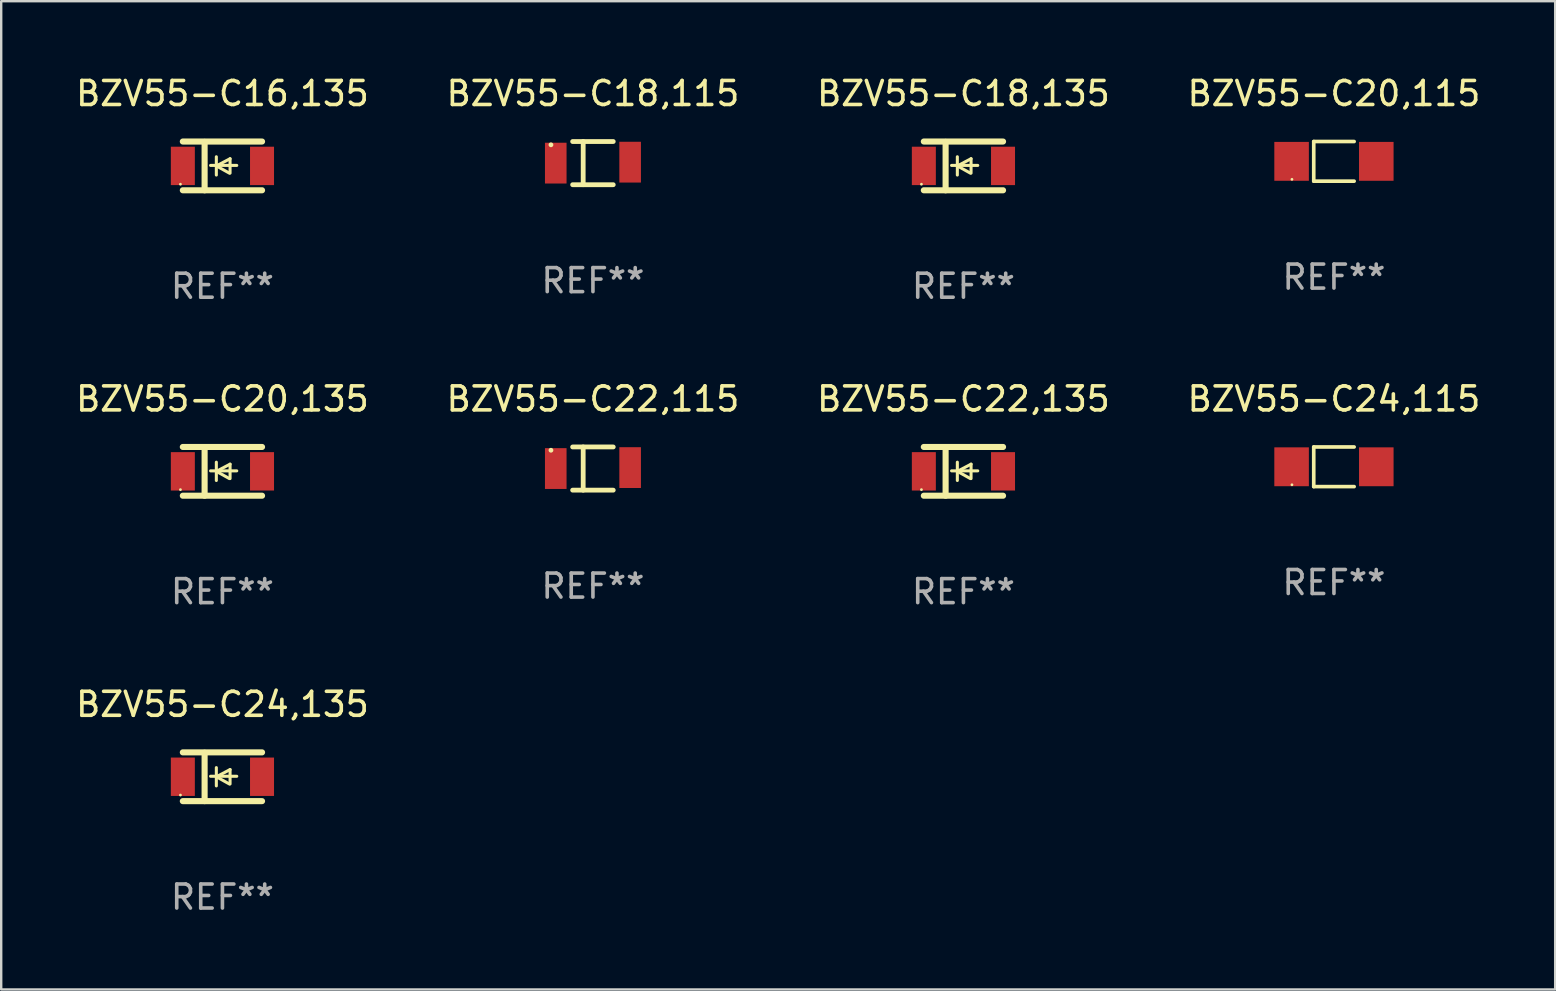
<source format=kicad_pcb>
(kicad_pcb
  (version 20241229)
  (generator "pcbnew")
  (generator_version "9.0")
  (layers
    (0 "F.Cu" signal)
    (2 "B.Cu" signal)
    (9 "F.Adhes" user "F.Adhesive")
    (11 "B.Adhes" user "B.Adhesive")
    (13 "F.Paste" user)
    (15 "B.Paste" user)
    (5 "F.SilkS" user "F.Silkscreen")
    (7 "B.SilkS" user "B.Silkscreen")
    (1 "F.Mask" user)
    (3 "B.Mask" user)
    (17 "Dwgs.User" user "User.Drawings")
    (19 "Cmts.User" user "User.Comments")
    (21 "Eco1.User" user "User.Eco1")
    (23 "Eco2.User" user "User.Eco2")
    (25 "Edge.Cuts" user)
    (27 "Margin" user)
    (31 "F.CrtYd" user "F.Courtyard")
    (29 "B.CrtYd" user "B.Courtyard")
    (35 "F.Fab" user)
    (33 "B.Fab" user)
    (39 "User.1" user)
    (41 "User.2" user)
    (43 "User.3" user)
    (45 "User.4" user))
  (footprint "BZV55-C18,135"
    (layer "F.Cu")
    (at 37.101 3.864)
    (property "Reference" "BZV55-C18,135" (at 0 -3.016 0) (layer "F.SilkS") (effects (font (size 1 1) (thickness 0.15))))
    (attr through_hole)
    (fp_line (start -1.651 -1.016) (end 1.651 -1.016) (stroke (width 0.254) (type solid)) (layer "F.SilkS"))
    (fp_line (start -1.651 1.016) (end 1.651 1.016) (stroke (width 0.254) (type solid)) (layer "F.SilkS"))
    (fp_line (start -0.743 -1) (end -0.743 1.016) (stroke (width 0.254) (type solid)) (layer "F.SilkS"))
    (fp_line (start -0.495 -0.02) (end 0.597 -0.02) (stroke (width 0.127) (type solid)) (layer "F.SilkS"))
    (fp_line (start -0.254 0) (end -0.254 -0.381) (stroke (width 0.127) (type solid)) (layer "F.SilkS"))
    (fp_line (start -0.254 0) (end -0.254 0.381) (stroke (width 0.127) (type solid)) (layer "F.SilkS"))
    (fp_line (start 0.288 0.301) (end -0.254 0) (stroke (width 0.127) (type solid)) (layer "F.SilkS"))
    (fp_line (start 0.318 -0.299) (end -0.254 0) (stroke (width 0.127) (type solid)) (layer "F.SilkS"))
    (fp_line (start 0.318 -0.299) (end 0.318 0.301) (stroke (width 0.127) (type solid)) (layer "F.SilkS"))
    (fp_circle (center -1.75 0.763) (end -1.72 0.763) (stroke (width 0.06) (type solid)) (fill no) (layer "F.SilkS"))
    (fp_text user "REF**" (at 0 5.016 0) (layer "F.Fab") (effects (font (size 1 1) (thickness 0.15))))
    (pad "1" smd rect (at -1.65 0 90) (size 1.6 1) (layers "F.Cu" "F.Mask" "F.Paste"))
    (pad "2" smd rect (at 1.65 0 90) (size 1.6 1) (layers "F.Cu" "F.Mask" "F.Paste")))
  (footprint "BZV55-C22,135"
    (layer "F.Cu")
    (at 37.101 16.593)
    (property "Reference" "BZV55-C22,135" (at 0 -3.016 0) (layer "F.SilkS") (effects (font (size 1 1) (thickness 0.15))))
    (attr through_hole)
    (fp_line (start -1.651 -1.016) (end 1.651 -1.016) (stroke (width 0.254) (type solid)) (layer "F.SilkS"))
    (fp_line (start -1.651 1.016) (end 1.651 1.016) (stroke (width 0.254) (type solid)) (layer "F.SilkS"))
    (fp_line (start -0.743 -1) (end -0.743 1.016) (stroke (width 0.254) (type solid)) (layer "F.SilkS"))
    (fp_line (start -0.495 -0.02) (end 0.597 -0.02) (stroke (width 0.127) (type solid)) (layer "F.SilkS"))
    (fp_line (start -0.254 0) (end -0.254 -0.381) (stroke (width 0.127) (type solid)) (layer "F.SilkS"))
    (fp_line (start -0.254 0) (end -0.254 0.381) (stroke (width 0.127) (type solid)) (layer "F.SilkS"))
    (fp_line (start 0.288 0.301) (end -0.254 0) (stroke (width 0.127) (type solid)) (layer "F.SilkS"))
    (fp_line (start 0.318 -0.299) (end -0.254 0) (stroke (width 0.127) (type solid)) (layer "F.SilkS"))
    (fp_line (start 0.318 -0.299) (end 0.318 0.301) (stroke (width 0.127) (type solid)) (layer "F.SilkS"))
    (fp_circle (center -1.75 0.763) (end -1.72 0.763) (stroke (width 0.06) (type solid)) (fill no) (layer "F.SilkS"))
    (fp_text user "REF**" (at 0 5.016 0) (layer "F.Fab") (effects (font (size 1 1) (thickness 0.15))))
    (pad "1" smd rect (at -1.65 0 90) (size 1.6 1) (layers "F.Cu" "F.Mask" "F.Paste"))
    (pad "2" smd rect (at 1.65 0 90) (size 1.6 1) (layers "F.Cu" "F.Mask" "F.Paste")))
  (footprint "BZV55-C16,135"
    (layer "F.Cu")
    (at 6.22 3.864)
    (property "Reference" "BZV55-C16,135" (at 0 -3.016 0) (layer "F.SilkS") (effects (font (size 1 1) (thickness 0.15))))
    (attr through_hole)
    (fp_line (start -1.651 -1.016) (end 1.651 -1.016) (stroke (width 0.254) (type solid)) (layer "F.SilkS"))
    (fp_line (start -1.651 1.016) (end 1.651 1.016) (stroke (width 0.254) (type solid)) (layer "F.SilkS"))
    (fp_line (start -0.743 -1) (end -0.743 1.016) (stroke (width 0.254) (type solid)) (layer "F.SilkS"))
    (fp_line (start -0.495 -0.02) (end 0.597 -0.02) (stroke (width 0.127) (type solid)) (layer "F.SilkS"))
    (fp_line (start -0.254 0) (end -0.254 -0.381) (stroke (width 0.127) (type solid)) (layer "F.SilkS"))
    (fp_line (start -0.254 0) (end -0.254 0.381) (stroke (width 0.127) (type solid)) (layer "F.SilkS"))
    (fp_line (start 0.288 0.301) (end -0.254 0) (stroke (width 0.127) (type solid)) (layer "F.SilkS"))
    (fp_line (start 0.318 -0.299) (end -0.254 0) (stroke (width 0.127) (type solid)) (layer "F.SilkS"))
    (fp_line (start 0.318 -0.299) (end 0.318 0.301) (stroke (width 0.127) (type solid)) (layer "F.SilkS"))
    (fp_circle (center -1.75 0.763) (end -1.72 0.763) (stroke (width 0.06) (type solid)) (fill no) (layer "F.SilkS"))
    (fp_text user "REF**" (at 0 5.016 0) (layer "F.Fab") (effects (font (size 1 1) (thickness 0.15))))
    (pad "1" smd rect (at -1.65 0 90) (size 1.6 1) (layers "F.Cu" "F.Mask" "F.Paste"))
    (pad "2" smd rect (at 1.65 0 90) (size 1.6 1) (layers "F.Cu" "F.Mask" "F.Paste")))
  (footprint "BZV55-C20,135"
    (layer "F.Cu")
    (at 6.22 16.593)
    (property "Reference" "BZV55-C20,135" (at 0 -3.016 0) (layer "F.SilkS") (effects (font (size 1 1) (thickness 0.15))))
    (attr through_hole)
    (fp_line (start -1.651 -1.016) (end 1.651 -1.016) (stroke (width 0.254) (type solid)) (layer "F.SilkS"))
    (fp_line (start -1.651 1.016) (end 1.651 1.016) (stroke (width 0.254) (type solid)) (layer "F.SilkS"))
    (fp_line (start -0.743 -1) (end -0.743 1.016) (stroke (width 0.254) (type solid)) (layer "F.SilkS"))
    (fp_line (start -0.495 -0.02) (end 0.597 -0.02) (stroke (width 0.127) (type solid)) (layer "F.SilkS"))
    (fp_line (start -0.254 0) (end -0.254 -0.381) (stroke (width 0.127) (type solid)) (layer "F.SilkS"))
    (fp_line (start -0.254 0) (end -0.254 0.381) (stroke (width 0.127) (type solid)) (layer "F.SilkS"))
    (fp_line (start 0.288 0.301) (end -0.254 0) (stroke (width 0.127) (type solid)) (layer "F.SilkS"))
    (fp_line (start 0.318 -0.299) (end -0.254 0) (stroke (width 0.127) (type solid)) (layer "F.SilkS"))
    (fp_line (start 0.318 -0.299) (end 0.318 0.301) (stroke (width 0.127) (type solid)) (layer "F.SilkS"))
    (fp_circle (center -1.75 0.763) (end -1.72 0.763) (stroke (width 0.06) (type solid)) (fill no) (layer "F.SilkS"))
    (fp_text user "REF**" (at 0 5.016 0) (layer "F.Fab") (effects (font (size 1 1) (thickness 0.15))))
    (pad "1" smd rect (at -1.65 0 90) (size 1.6 1) (layers "F.Cu" "F.Mask" "F.Paste"))
    (pad "2" smd rect (at 1.65 0 90) (size 1.6 1) (layers "F.Cu" "F.Mask" "F.Paste")))
  (footprint "BZV55-C24,115"
    (layer "F.Cu")
    (at 52.542 16.403)
    (property "Reference" "BZV55-C24,115" (at 0 -2.826 0) (layer "F.SilkS") (effects (font (size 1 1) (thickness 0.15))))
    (attr through_hole)
    (fp_line (start -0.842 -0.826) (end -0.842 0.826) (stroke (width 0.152) (type solid)) (layer "F.SilkS"))
    (fp_line (start -0.842 -0.826) (end 0.842 -0.826) (stroke (width 0.152) (type solid)) (layer "F.SilkS"))
    (fp_line (start -0.842 0.826) (end 0.842 0.826) (stroke (width 0.152) (type solid)) (layer "F.SilkS"))
    (fp_circle (center -1.75 0.75) (end -1.72 0.75) (stroke (width 0.06) (type solid)) (fill no) (layer "F.SilkS"))
    (fp_text user "REF**" (at 0 4.826 0) (layer "F.Fab") (effects (font (size 1 1) (thickness 0.15))))
    (pad "1" smd rect (at -1.765 0) (size 1.44 1.62) (layers "F.Cu" "F.Mask" "F.Paste"))
    (pad "2" smd rect (at 1.765 0) (size 1.44 1.62) (layers "F.Cu" "F.Mask" "F.Paste")))
  (footprint "BZV55-C18,115"
    (layer "F.Cu")
    (at 21.661 3.748)
    (property "Reference" "BZV55-C18,115" (at 0 -2.9 0) (layer "F.SilkS") (effects (font (size 1 1) (thickness 0.15))))
    (attr through_hole)
    (fp_line (start -0.846 -0.9) (end 0.846 -0.9) (stroke (width 0.2) (type solid)) (layer "F.SilkS"))
    (fp_line (start -0.846 0.9) (end 0.846 0.9) (stroke (width 0.2) (type solid)) (layer "F.SilkS"))
    (fp_line (start -0.407 -0.9) (end -0.407 0.9) (stroke (width 0.2) (type solid)) (layer "F.SilkS"))
    (fp_circle (center -1.75 -0.763) (end -1.7 -0.763) (stroke (width 0.1) (type solid)) (fill no) (layer "F.SilkS"))
    (fp_text user "REF**" (at 0 4.9 0) (layer "F.Fab") (effects (font (size 1 1) (thickness 0.15))))
    (pad "1" smd rect (at -1.55 0.000127 180) (size 0.9 1.7) (layers "F.Cu" "F.Mask" "F.Paste"))
    (pad "2" smd rect (at 1.55 -0.04 180) (size 0.9 1.7) (layers "F.Cu" "F.Mask" "F.Paste")))
  (footprint "BZV55-C22,115"
    (layer "F.Cu")
    (at 21.661 16.477)
    (property "Reference" "BZV55-C22,115" (at 0 -2.9 0) (layer "F.SilkS") (effects (font (size 1 1) (thickness 0.15))))
    (attr through_hole)
    (fp_line (start -0.846 -0.9) (end 0.846 -0.9) (stroke (width 0.2) (type solid)) (layer "F.SilkS"))
    (fp_line (start -0.846 0.9) (end 0.846 0.9) (stroke (width 0.2) (type solid)) (layer "F.SilkS"))
    (fp_line (start -0.407 -0.9) (end -0.407 0.9) (stroke (width 0.2) (type solid)) (layer "F.SilkS"))
    (fp_circle (center -1.75 -0.763) (end -1.7 -0.763) (stroke (width 0.1) (type solid)) (fill no) (layer "F.SilkS"))
    (fp_text user "REF**" (at 0 4.9 0) (layer "F.Fab") (effects (font (size 1 1) (thickness 0.15))))
    (pad "1" smd rect (at -1.55 0.000127 180) (size 0.9 1.7) (layers "F.Cu" "F.Mask" "F.Paste"))
    (pad "2" smd rect (at 1.55 -0.04 180) (size 0.9 1.7) (layers "F.Cu" "F.Mask" "F.Paste")))
  (footprint "BZV55-C20,115"
    (layer "F.Cu")
    (at 52.542 3.674)
    (property "Reference" "BZV55-C20,115" (at 0 -2.826 0) (layer "F.SilkS") (effects (font (size 1 1) (thickness 0.15))))
    (attr through_hole)
    (fp_line (start -0.842 -0.826) (end -0.842 0.826) (stroke (width 0.152) (type solid)) (layer "F.SilkS"))
    (fp_line (start -0.842 -0.826) (end 0.842 -0.826) (stroke (width 0.152) (type solid)) (layer "F.SilkS"))
    (fp_line (start -0.842 0.826) (end 0.842 0.826) (stroke (width 0.152) (type solid)) (layer "F.SilkS"))
    (fp_circle (center -1.75 0.75) (end -1.72 0.75) (stroke (width 0.06) (type solid)) (fill no) (layer "F.SilkS"))
    (fp_text user "REF**" (at 0 4.826 0) (layer "F.Fab") (effects (font (size 1 1) (thickness 0.15))))
    (pad "1" smd rect (at -1.765 0) (size 1.44 1.62) (layers "F.Cu" "F.Mask" "F.Paste"))
    (pad "2" smd rect (at 1.765 0) (size 1.44 1.62) (layers "F.Cu" "F.Mask" "F.Paste")))
  (footprint "BZV55-C24,135"
    (layer "F.Cu")
    (at 6.22 29.321)
    (property "Reference" "BZV55-C24,135" (at 0 -3.016 0) (layer "F.SilkS") (effects (font (size 1 1) (thickness 0.15))))
    (attr through_hole)
    (fp_line (start -1.651 -1.016) (end 1.651 -1.016) (stroke (width 0.254) (type solid)) (layer "F.SilkS"))
    (fp_line (start -1.651 1.016) (end 1.651 1.016) (stroke (width 0.254) (type solid)) (layer "F.SilkS"))
    (fp_line (start -0.743 -1) (end -0.743 1.016) (stroke (width 0.254) (type solid)) (layer "F.SilkS"))
    (fp_line (start -0.495 -0.02) (end 0.597 -0.02) (stroke (width 0.127) (type solid)) (layer "F.SilkS"))
    (fp_line (start -0.254 0) (end -0.254 -0.381) (stroke (width 0.127) (type solid)) (layer "F.SilkS"))
    (fp_line (start -0.254 0) (end -0.254 0.381) (stroke (width 0.127) (type solid)) (layer "F.SilkS"))
    (fp_line (start 0.288 0.301) (end -0.254 0) (stroke (width 0.127) (type solid)) (layer "F.SilkS"))
    (fp_line (start 0.318 -0.299) (end -0.254 0) (stroke (width 0.127) (type solid)) (layer "F.SilkS"))
    (fp_line (start 0.318 -0.299) (end 0.318 0.301) (stroke (width 0.127) (type solid)) (layer "F.SilkS"))
    (fp_circle (center -1.75 0.763) (end -1.72 0.763) (stroke (width 0.06) (type solid)) (fill no) (layer "F.SilkS"))
    (fp_text user "REF**" (at 0 5.016 0) (layer "F.Fab") (effects (font (size 1 1) (thickness 0.15))))
    (pad "1" smd rect (at -1.65 0 90) (size 1.6 1) (layers "F.Cu" "F.Mask" "F.Paste"))
    (pad "2" smd rect (at 1.65 0 90) (size 1.6 1) (layers "F.Cu" "F.Mask" "F.Paste")))
  (gr_rect
    (start -3 -3)
    (end 61.762 38.186)
    (stroke (width 0.1) (type default))
    (fill no)
    (layer "Edge.Cuts")))
</source>
